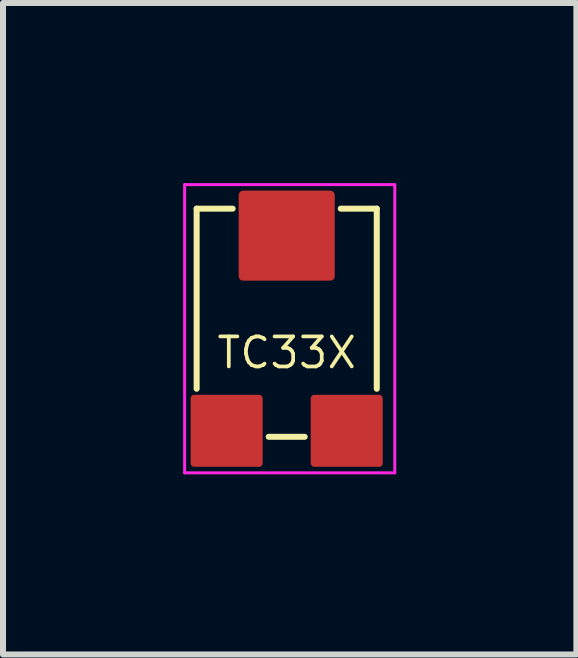
<source format=kicad_pcb>
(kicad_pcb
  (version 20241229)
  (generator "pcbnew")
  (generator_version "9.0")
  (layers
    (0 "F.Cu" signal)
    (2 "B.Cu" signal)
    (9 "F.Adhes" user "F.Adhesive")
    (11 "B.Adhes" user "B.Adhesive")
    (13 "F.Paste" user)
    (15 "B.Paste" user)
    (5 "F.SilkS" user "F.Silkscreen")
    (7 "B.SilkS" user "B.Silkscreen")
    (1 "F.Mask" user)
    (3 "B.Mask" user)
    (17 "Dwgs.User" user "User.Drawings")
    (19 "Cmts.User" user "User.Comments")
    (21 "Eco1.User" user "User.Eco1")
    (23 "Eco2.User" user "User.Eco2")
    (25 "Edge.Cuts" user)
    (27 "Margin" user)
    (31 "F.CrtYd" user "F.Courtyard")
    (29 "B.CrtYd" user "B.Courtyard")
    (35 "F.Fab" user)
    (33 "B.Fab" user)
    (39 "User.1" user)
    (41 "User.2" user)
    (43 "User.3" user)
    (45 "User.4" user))
  (footprint "TC33X"
    (layer "F.Cu")
    (at 1.725 2.325)
    (property "Reference" "TC33X" (at 0 0.5 0) (layer "F.SilkS") (effects (font (size 0.5 0.5) (thickness 0.062))))
    (attr through_hole)
    (fp_line (start -1.5 -1.9) (end -1.5 1.1) (stroke (width 0.1) (type solid)) (layer "F.SilkS"))
    (fp_line (start -1.5 -1.9) (end -0.9 -1.9) (stroke (width 0.1) (type solid)) (layer "F.SilkS"))
    (fp_line (start -0.3 1.9) (end 0.3 1.9) (stroke (width 0.1) (type solid)) (layer "F.SilkS"))
    (fp_line (start 1.5 -1.9) (end 0.9 -1.9) (stroke (width 0.1) (type solid)) (layer "F.SilkS"))
    (fp_line (start 1.5 1.1) (end 1.5 -1.9) (stroke (width 0.1) (type solid)) (layer "F.SilkS"))
    (fp_line (start -1.7 -2.3) (end 1.8 -2.3) (stroke (width 0.05) (type solid)) (layer "F.CrtYd"))
    (fp_line (start -1.7 2.5) (end -1.7 -2.3) (stroke (width 0.05) (type solid)) (layer "F.CrtYd"))
    (fp_line (start 1.8 -2.3) (end 1.8 2.5) (stroke (width 0.05) (type solid)) (layer "F.CrtYd"))
    (fp_line (start 1.8 2.5) (end -1.7 2.5) (stroke (width 0.05) (type solid)) (layer "F.CrtYd"))
    (pad "1" smd roundrect (at -1 1.8) (size 1.2 1.2) (layers "F.Cu" "F.Mask" "F.Paste") (roundrect_rratio 0.05))
    (pad "2" smd roundrect (at 0 -1.45) (size 1.6 1.5) (layers "F.Cu" "F.Mask" "F.Paste") (roundrect_rratio 0.05))
    (pad "3" smd roundrect (at 1 1.8) (size 1.2 1.2) (layers "F.Cu" "F.Mask" "F.Paste") (roundrect_rratio 0.05)))
  (gr_rect
    (start -3 -3)
    (end 6.55 7.85)
    (stroke (width 0.1) (type default))
    (fill no)
    (layer "Edge.Cuts")))
</source>
